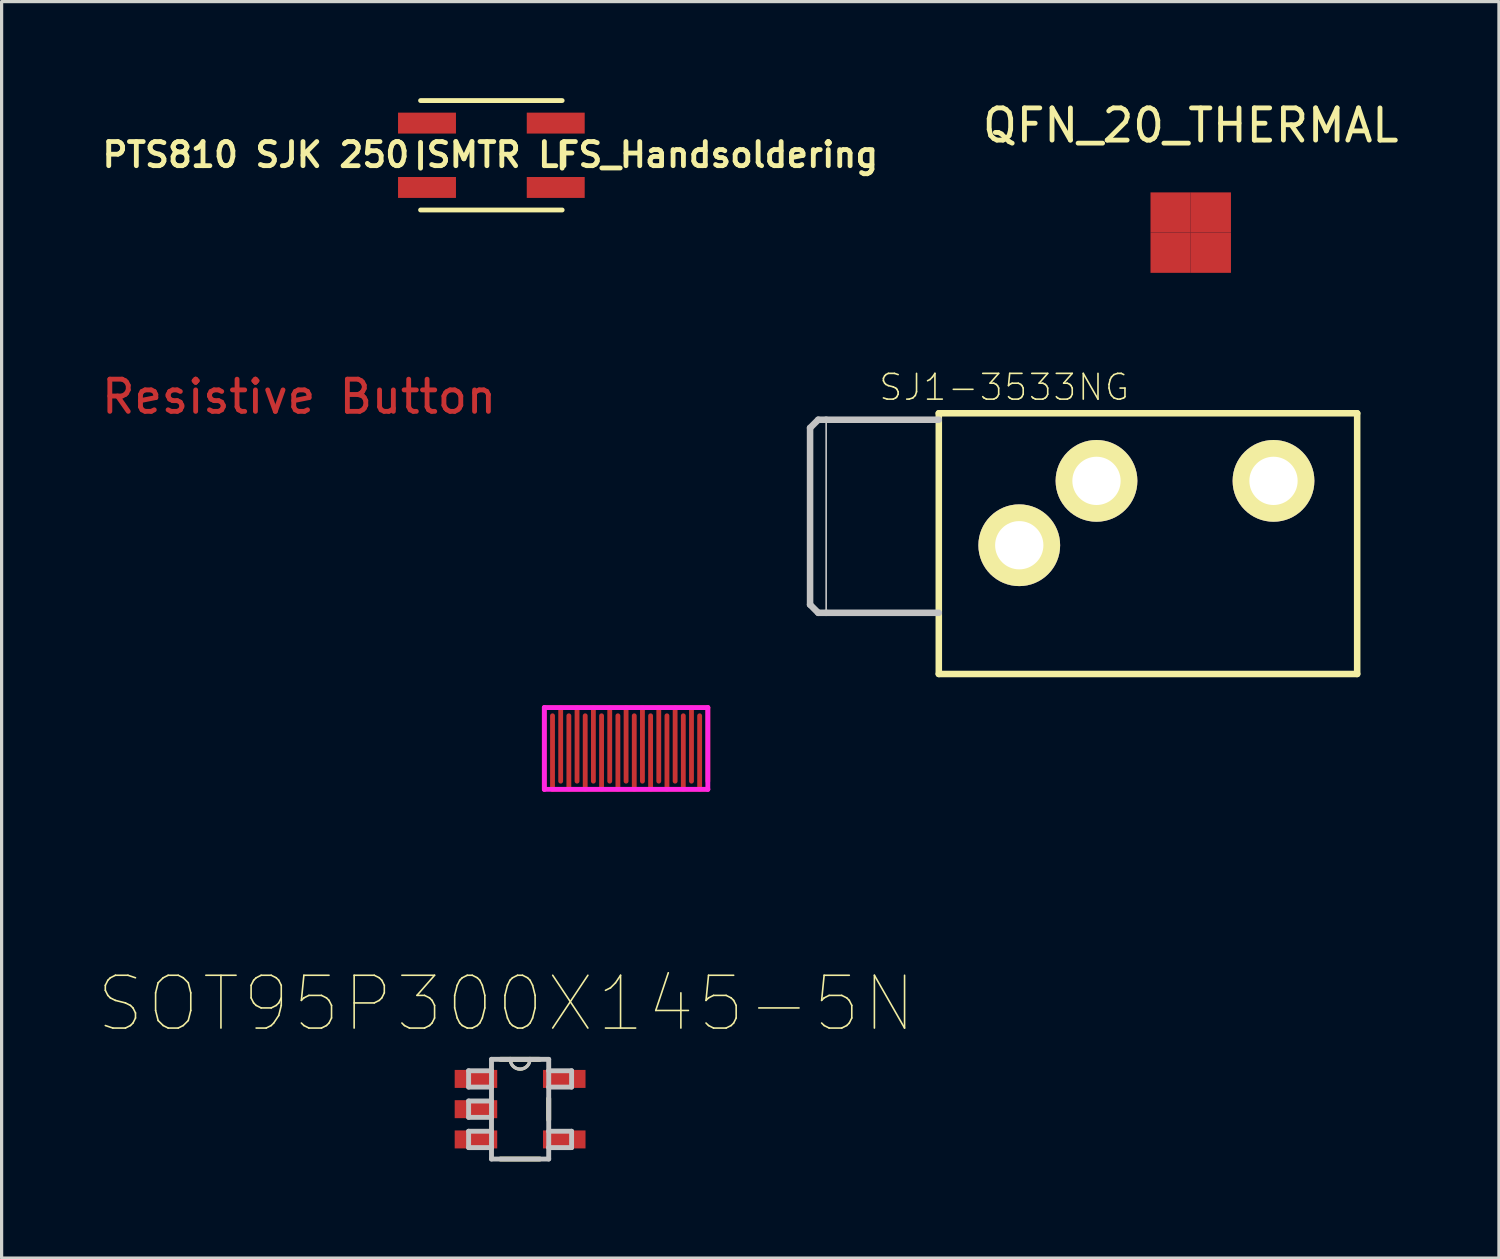
<source format=kicad_pcb>
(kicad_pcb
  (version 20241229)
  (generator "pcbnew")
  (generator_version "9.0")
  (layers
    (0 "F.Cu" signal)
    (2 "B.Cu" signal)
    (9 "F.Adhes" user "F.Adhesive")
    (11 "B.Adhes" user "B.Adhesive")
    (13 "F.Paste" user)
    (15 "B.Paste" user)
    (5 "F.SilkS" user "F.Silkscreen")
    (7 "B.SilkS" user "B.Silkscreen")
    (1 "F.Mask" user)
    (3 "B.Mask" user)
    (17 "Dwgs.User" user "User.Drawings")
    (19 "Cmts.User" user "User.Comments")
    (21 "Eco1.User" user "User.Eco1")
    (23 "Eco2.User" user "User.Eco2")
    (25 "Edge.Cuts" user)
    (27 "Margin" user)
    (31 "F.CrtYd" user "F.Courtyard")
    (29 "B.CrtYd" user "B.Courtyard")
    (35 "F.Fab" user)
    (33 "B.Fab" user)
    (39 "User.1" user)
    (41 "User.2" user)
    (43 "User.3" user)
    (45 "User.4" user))
  (footprint "SJ1-3533NG"
    (layer "F.Cu")
    (at 28.621 12.992)
    (property "Reference" "SJ1-3533NG" (at -0.468 -4.008 0) (layer "F.SilkS") (effects (font (size 0.8 0.8) (thickness 0.05))))
    (attr through_hole)
    (fp_line (start -2.5 -3.2) (end 10.5 -3.2) (stroke (width 0.203) (type solid)) (layer "F.SilkS"))
    (fp_line (start -2.5 4.9) (end -2.5 -3.2) (stroke (width 0.203) (type solid)) (layer "F.SilkS"))
    (fp_line (start 10.5 -3.2) (end 10.5 4.9) (stroke (width 0.203) (type solid)) (layer "F.SilkS"))
    (fp_line (start 10.5 4.9) (end -2.5 4.9) (stroke (width 0.203) (type solid)) (layer "F.SilkS"))
    (fp_line (start -6.5 -2.746) (end -6.5 2.746) (stroke (width 0.203) (type solid)) (layer "Dwgs.User"))
    (fp_line (start -6.5 2.746) (end -6.246 3) (stroke (width 0.203) (type solid)) (layer "Dwgs.User"))
    (fp_line (start -6.246 -3) (end -6.5 -2.746) (stroke (width 0.203) (type solid)) (layer "Dwgs.User"))
    (fp_line (start -6.246 3) (end -6 3) (stroke (width 0.203) (type solid)) (layer "Dwgs.User"))
    (fp_line (start -6 -3) (end -6.246 -3) (stroke (width 0.203) (type solid)) (layer "Dwgs.User"))
    (fp_line (start -6 -3) (end -6 3) (stroke (width 0.051) (type solid)) (layer "Dwgs.User"))
    (fp_line (start -6 3) (end -2.5 3) (stroke (width 0.203) (type solid)) (layer "Dwgs.User"))
    (fp_line (start -2.5 -3) (end -6 -3) (stroke (width 0.203) (type solid)) (layer "Dwgs.User"))
    (pad "1" thru_hole circle (at 0 0.9) (size 2.54 2.54) (drill 1.5) (layers "*.Cu" "*.Mask" "F.SilkS"))
    (pad "2" thru_hole circle (at 2.4 -1.1) (size 2.54 2.54) (drill 1.5) (layers "*.Cu" "*.Mask" "F.SilkS"))
    (pad "3" thru_hole circle (at 7.9 -1.1) (size 2.54 2.54) (drill 1.5) (layers "*.Cu" "*.Mask" "F.SilkS")))
  (footprint "QFN_20_THERMAL"
    (layer "F.Cu")
    (at 33.949 4.178)
    (property "Reference" "QFN_20_THERMAL" (at 0 -3.33 0) (layer "F.SilkS") (effects (font (size 1 1) (thickness 0.15))))
    (attr smd)
    (pad "21" smd rect (at -0.625 -0.625) (size 1.25 1.25) (layers "F.Cu" "F.Mask"))
    (pad "21" smd rect (at -0.625 0.625) (size 1.25 1.25) (layers "F.Cu" "F.Mask"))
    (pad "21" smd rect (at 0.625 -0.625) (size 1.25 1.25) (layers "F.Cu" "F.Mask"))
    (pad "21" smd rect (at 0.625 0.625) (size 1.25 1.25) (layers "F.Cu" "F.Mask")))
  (footprint "SOT95P300X145-5N"
    (layer "F.Cu")
    (at 13.111 31.415)
    (property "Reference" "SOT95P300X145-5N" (at -0.432 -3.277 0) (layer "F.SilkS") (effects (font (size 1.64 1.64) (thickness 0.05))))
    (attr smd)
    (fp_line (start -0.61 1.549) (end 0.61 1.549) (stroke (width 0.152) (type solid)) (layer "F.SilkS"))
    (fp_line (start -0.305 -1.549) (end -0.61 -1.549) (stroke (width 0.152) (type solid)) (layer "F.SilkS"))
    (fp_line (start 0.305 -1.549) (end -0.305 -1.549) (stroke (width 0.152) (type solid)) (layer "F.SilkS"))
    (fp_line (start 0.61 -1.549) (end 0.305 -1.549) (stroke (width 0.152) (type solid)) (layer "F.SilkS"))
    (fp_line (start 0.889 0.33) (end 0.889 -0.33) (stroke (width 0.152) (type solid)) (layer "F.SilkS"))
    (fp_arc (start 0.3048 -1.5494) (mid 0 -1.2446) (end -0.3048 -1.5494) (stroke (width 0.1) (type solid)) (layer "F.SilkS"))
    (fp_line (start -1.6 -1.194) (end -1.6 -0.686) (stroke (width 0.152) (type solid)) (layer "Dwgs.User"))
    (fp_line (start -1.6 -0.686) (end -0.889 -0.686) (stroke (width 0.152) (type solid)) (layer "Dwgs.User"))
    (fp_line (start -1.6 -0.254) (end -1.6 0.254) (stroke (width 0.152) (type solid)) (layer "Dwgs.User"))
    (fp_line (start -1.6 0.254) (end -0.889 0.254) (stroke (width 0.152) (type solid)) (layer "Dwgs.User"))
    (fp_line (start -1.6 0.686) (end -1.6 1.194) (stroke (width 0.152) (type solid)) (layer "Dwgs.User"))
    (fp_line (start -1.6 1.194) (end -0.889 1.194) (stroke (width 0.152) (type solid)) (layer "Dwgs.User"))
    (fp_line (start -0.889 -1.549) (end -0.889 -1.194) (stroke (width 0.152) (type solid)) (layer "Dwgs.User"))
    (fp_line (start -0.889 -1.194) (end -1.6 -1.194) (stroke (width 0.152) (type solid)) (layer "Dwgs.User"))
    (fp_line (start -0.889 -1.194) (end -0.889 -0.686) (stroke (width 0.152) (type solid)) (layer "Dwgs.User"))
    (fp_line (start -0.889 -0.686) (end -0.889 -0.254) (stroke (width 0.152) (type solid)) (layer "Dwgs.User"))
    (fp_line (start -0.889 -0.254) (end -1.6 -0.254) (stroke (width 0.152) (type solid)) (layer "Dwgs.User"))
    (fp_line (start -0.889 -0.254) (end -0.889 0.254) (stroke (width 0.152) (type solid)) (layer "Dwgs.User"))
    (fp_line (start -0.889 0.254) (end -0.889 0.686) (stroke (width 0.152) (type solid)) (layer "Dwgs.User"))
    (fp_line (start -0.889 0.686) (end -1.6 0.686) (stroke (width 0.152) (type solid)) (layer "Dwgs.User"))
    (fp_line (start -0.889 1.194) (end -0.889 0.686) (stroke (width 0.152) (type solid)) (layer "Dwgs.User"))
    (fp_line (start -0.889 1.549) (end -0.889 1.194) (stroke (width 0.152) (type solid)) (layer "Dwgs.User"))
    (fp_line (start -0.889 1.549) (end 0.889 1.549) (stroke (width 0.152) (type solid)) (layer "Dwgs.User"))
    (fp_line (start -0.305 -1.549) (end -0.889 -1.549) (stroke (width 0.152) (type solid)) (layer "Dwgs.User"))
    (fp_line (start 0.305 -1.549) (end -0.305 -1.549) (stroke (width 0.152) (type solid)) (layer "Dwgs.User"))
    (fp_line (start 0.889 -1.549) (end 0.305 -1.549) (stroke (width 0.152) (type solid)) (layer "Dwgs.User"))
    (fp_line (start 0.889 -1.549) (end 0.889 -1.194) (stroke (width 0.152) (type solid)) (layer "Dwgs.User"))
    (fp_line (start 0.889 -1.194) (end 0.889 -0.686) (stroke (width 0.152) (type solid)) (layer "Dwgs.User"))
    (fp_line (start 0.889 -0.686) (end 1.6 -0.686) (stroke (width 0.152) (type solid)) (layer "Dwgs.User"))
    (fp_line (start 0.889 0.686) (end 0.889 -0.686) (stroke (width 0.152) (type solid)) (layer "Dwgs.User"))
    (fp_line (start 0.889 1.194) (end 0.889 0.686) (stroke (width 0.152) (type solid)) (layer "Dwgs.User"))
    (fp_line (start 0.889 1.194) (end 1.6 1.194) (stroke (width 0.152) (type solid)) (layer "Dwgs.User"))
    (fp_line (start 0.889 1.549) (end 0.889 1.194) (stroke (width 0.152) (type solid)) (layer "Dwgs.User"))
    (fp_line (start 1.6 -1.194) (end 0.889 -1.194) (stroke (width 0.152) (type solid)) (layer "Dwgs.User"))
    (fp_line (start 1.6 -0.686) (end 1.6 -1.194) (stroke (width 0.152) (type solid)) (layer "Dwgs.User"))
    (fp_line (start 1.6 0.686) (end 0.889 0.686) (stroke (width 0.152) (type solid)) (layer "Dwgs.User"))
    (fp_line (start 1.6 1.194) (end 1.6 0.686) (stroke (width 0.152) (type solid)) (layer "Dwgs.User"))
    (fp_arc (start 0.3048 -1.5494) (mid 0 -1.2446) (end -0.3048 -1.5494) (stroke (width 0.1) (type solid)) (layer "Dwgs.User"))
    (pad "1" smd rect (at -1.372 -0.94) (size 1.321 0.559) (layers "F.Cu" "F.Mask" "F.Paste"))
    (pad "2" smd rect (at -1.372 0) (size 1.321 0.559) (layers "F.Cu" "F.Mask" "F.Paste"))
    (pad "3" smd rect (at -1.372 0.94) (size 1.321 0.559) (layers "F.Cu" "F.Mask" "F.Paste"))
    (pad "4" smd rect (at 1.372 0.94) (size 1.321 0.559) (layers "F.Cu" "F.Mask" "F.Paste"))
    (pad "5" smd rect (at 1.372 -0.94) (size 1.321 0.559) (layers "F.Cu" "F.Mask" "F.Paste")))
  (footprint "PTS810 SJK 250 SMTR LFS_Handsoldering"
    (layer "F.Cu")
    (at 12.218 1.775)
    (property "Reference" "PTS810 SJK 250 SMTR LFS_Handsoldering" (at -0.032 -0.016 0) (layer "F.SilkS") (effects (font (size 0.75 0.75) (thickness 0.15))))
    (attr through_hole)
    (fp_line (start -2.2 -1.7) (end 2.2 -1.7) (stroke (width 0.15) (type solid)) (layer "F.SilkS"))
    (fp_line (start -2.2 0.4) (end -2.2 -0.4) (stroke (width 0.15) (type solid)) (layer "F.SilkS"))
    (fp_line (start -2.2 1.7) (end 2.2 1.7) (stroke (width 0.15) (type solid)) (layer "F.SilkS"))
    (fp_line (start 2.2 0.4) (end 2.2 -0.4) (stroke (width 0.15) (type solid)) (layer "F.SilkS"))
    (pad "1" smd rect (at -2 -1) (size 1.8 0.65) (layers "F.Cu" "F.Mask" "F.Paste"))
    (pad "1" smd rect (at 2 -1) (size 1.8 0.65) (layers "F.Cu" "F.Mask" "F.Paste"))
    (pad "2" smd rect (at -2 1) (size 1.8 0.65) (layers "F.Cu" "F.Mask" "F.Paste"))
    (pad "2" smd rect (at 2 1) (size 1.8 0.65) (layers "F.Cu" "F.Mask" "F.Paste")))
  (footprint "Resistive Button"
    (layer "F.Cu")
    (at 6.244 8.777)
    (property "Reference" "Resistive Button" (at 0 0.5 0) (layer "F.Cu") (effects (font (size 1 1) (thickness 0.15))))
    (attr through_hole)
    (fp_line (start 7.62 10.16) (end 12.7 10.16) (stroke (width 0.15) (type solid)) (layer "F.Cu"))
    (fp_line (start 7.62 12.7) (end 7.62 10.16) (stroke (width 0.15) (type solid)) (layer "F.Cu"))
    (fp_line (start 7.874 12.7) (end 7.874 10.414) (stroke (width 0.15) (type solid)) (layer "F.Cu"))
    (fp_line (start 7.874 12.7) (end 12.7 12.7) (stroke (width 0.15) (type solid)) (layer "F.Cu"))
    (fp_line (start 8.128 10.16) (end 8.128 12.446) (stroke (width 0.15) (type solid)) (layer "F.Cu"))
    (fp_line (start 8.382 10.414) (end 8.382 12.7) (stroke (width 0.15) (type solid)) (layer "F.Cu"))
    (fp_line (start 8.636 10.16) (end 8.636 12.446) (stroke (width 0.15) (type solid)) (layer "F.Cu"))
    (fp_line (start 8.89 12.7) (end 8.89 10.414) (stroke (width 0.15) (type solid)) (layer "F.Cu"))
    (fp_line (start 9.144 10.16) (end 9.144 12.446) (stroke (width 0.15) (type solid)) (layer "F.Cu"))
    (fp_line (start 9.398 10.414) (end 9.398 12.7) (stroke (width 0.15) (type solid)) (layer "F.Cu"))
    (fp_line (start 9.652 10.16) (end 9.652 12.446) (stroke (width 0.15) (type solid)) (layer "F.Cu"))
    (fp_line (start 9.906 10.414) (end 9.906 12.7) (stroke (width 0.15) (type solid)) (layer "F.Cu"))
    (fp_line (start 10.16 12.446) (end 10.16 10.16) (stroke (width 0.15) (type solid)) (layer "F.Cu"))
    (fp_line (start 10.414 10.414) (end 10.414 12.7) (stroke (width 0.15) (type solid)) (layer "F.Cu"))
    (fp_line (start 10.668 10.16) (end 10.668 12.446) (stroke (width 0.15) (type solid)) (layer "F.Cu"))
    (fp_line (start 10.922 10.414) (end 10.922 12.7) (stroke (width 0.15) (type solid)) (layer "F.Cu"))
    (fp_line (start 11.176 12.446) (end 11.176 10.16) (stroke (width 0.15) (type solid)) (layer "F.Cu"))
    (fp_line (start 11.43 10.414) (end 11.43 12.7) (stroke (width 0.15) (type solid)) (layer "F.Cu"))
    (fp_line (start 11.684 10.16) (end 11.684 12.446) (stroke (width 0.15) (type solid)) (layer "F.Cu"))
    (fp_line (start 11.938 10.414) (end 11.938 12.7) (stroke (width 0.15) (type solid)) (layer "F.Cu"))
    (fp_line (start 12.192 12.446) (end 12.192 10.16) (stroke (width 0.15) (type solid)) (layer "F.Cu"))
    (fp_line (start 12.446 12.7) (end 12.446 10.414) (stroke (width 0.15) (type solid)) (layer "F.Cu"))
    (fp_line (start 12.7 10.16) (end 12.7 12.446) (stroke (width 0.15) (type solid)) (layer "F.Cu"))
    (fp_line (start -6.096 9.652) (end -5.08 9.652) (stroke (width 0.15) (type solid)) (layer "B.Paste"))
    (fp_line (start -5.08 9.652) (end -5.08 10.16) (stroke (width 0.15) (type solid)) (layer "B.Paste"))
    (fp_line (start -5.08 9.652) (end -4.064 9.652) (stroke (width 0.15) (type solid)) (layer "B.Paste"))
    (fp_line (start -5.08 10.16) (end -5.08 9.652) (stroke (width 0.15) (type solid)) (layer "B.Paste"))
    (fp_line (start -4.064 9.652) (end -4.064 10.16) (stroke (width 0.15) (type solid)) (layer "B.Paste"))
    (fp_line (start -4.064 9.652) (end -3.048 9.652) (stroke (width 0.15) (type solid)) (layer "B.Paste"))
    (fp_line (start -4.064 10.16) (end -4.064 9.652) (stroke (width 0.15) (type solid)) (layer "B.Paste"))
    (fp_line (start -3.048 9.652) (end -3.048 10.16) (stroke (width 0.15) (type solid)) (layer "B.Paste"))
    (fp_line (start -3.048 9.652) (end -2.032 9.652) (stroke (width 0.15) (type solid)) (layer "B.Paste"))
    (fp_line (start -3.048 10.16) (end -3.048 9.652) (stroke (width 0.15) (type solid)) (layer "B.Paste"))
    (fp_line (start -2.032 9.652) (end -2.032 10.16) (stroke (width 0.15) (type solid)) (layer "B.Paste"))
    (fp_line (start -2.032 9.652) (end -1.016 9.652) (stroke (width 0.15) (type solid)) (layer "B.Paste"))
    (fp_line (start -2.032 10.16) (end -2.032 9.652) (stroke (width 0.15) (type solid)) (layer "B.Paste"))
    (fp_line (start -1.016 9.652) (end -1.016 10.16) (stroke (width 0.15) (type solid)) (layer "B.Paste"))
    (fp_line (start -0.508 5.588) (end -0.508 4.064) (stroke (width 0.15) (type solid)) (layer "B.Paste"))
    (fp_line (start -0.508 5.588) (end 0 5.588) (stroke (width 0.15) (type solid)) (layer "B.Paste"))
    (fp_line (start -0.508 6.604) (end -0.508 5.588) (stroke (width 0.15) (type solid)) (layer "B.Paste"))
    (fp_line (start -0.508 6.604) (end 0 6.604) (stroke (width 0.15) (type solid)) (layer "B.Paste"))
    (fp_line (start -0.508 7.62) (end -0.508 6.604) (stroke (width 0.15) (type solid)) (layer "B.Paste"))
    (fp_line (start -0.508 7.62) (end 0 7.62) (stroke (width 0.15) (type solid)) (layer "B.Paste"))
    (fp_line (start -0.508 8.636) (end -0.508 7.62) (stroke (width 0.15) (type solid)) (layer "B.Paste"))
    (fp_line (start -0.508 8.636) (end 0 8.636) (stroke (width 0.15) (type solid)) (layer "B.Paste"))
    (fp_line (start -0.508 9.652) (end -0.508 8.636) (stroke (width 0.15) (type solid)) (layer "B.Paste"))
    (fp_line (start 0 9.652) (end -0.508 9.652) (stroke (width 0.15) (type solid)) (layer "B.Paste"))
    (fp_arc (start 0 5.08) (mid 3.592102 13.752102) (end -5.08 10.16) (stroke (width 0.15) (type solid)) (layer "B.Paste"))
    (fp_arc (start 0 5.588) (mid 3.232892 13.392892) (end -4.572 10.16) (stroke (width 0.15) (type solid)) (layer "B.Paste"))
    (fp_arc (start 0 6.096) (mid 2.873682 13.033682) (end -4.064 10.16) (stroke (width 0.15) (type solid)) (layer "B.Paste"))
    (fp_arc (start 0 6.604) (mid 2.514472 12.674472) (end -3.556 10.16) (stroke (width 0.15) (type solid)) (layer "B.Paste"))
    (fp_arc (start 0 7.112) (mid 2.155261 12.315261) (end -3.048 10.16) (stroke (width 0.15) (type solid)) (layer "B.Paste"))
    (fp_arc (start 0 7.62) (mid 1.796051 11.956051) (end -2.54 10.16) (stroke (width 0.15) (type solid)) (layer "B.Paste"))
    (fp_arc (start 0 8.128) (mid 1.436841 11.596841) (end -2.032 10.16) (stroke (width 0.15) (type solid)) (layer "B.Paste"))
    (fp_arc (start 0 8.636) (mid 1.077631 11.237631) (end -1.524 10.16) (stroke (width 0.15) (type solid)) (layer "B.Paste"))
    (fp_arc (start 0 9.144) (mid 0.71842 10.87842) (end -1.016 10.16) (stroke (width 0.15) (type solid)) (layer "B.Paste"))
    (fp_arc (start 0 9.652) (mid 0.35921 10.51921) (end -0.508 10.16) (stroke (width 0.15) (type solid)) (layer "B.Paste"))
    (fp_line (start 7.62 10.16) (end 12.7 10.16) (stroke (width 0.15) (type solid)) (layer "F.CrtYd"))
    (fp_line (start 7.62 12.7) (end 7.62 10.16) (stroke (width 0.15) (type solid)) (layer "F.CrtYd"))
    (fp_line (start 12.7 10.16) (end 12.7 12.7) (stroke (width 0.15) (type solid)) (layer "F.CrtYd"))
    (fp_line (start 12.7 12.7) (end 7.62 12.7) (stroke (width 0.15) (type solid)) (layer "F.CrtYd")))
  (gr_rect
    (start -3 -3)
    (end 43.526 36.041)
    (stroke (width 0.1) (type default))
    (fill no)
    (layer "Edge.Cuts")))
</source>
